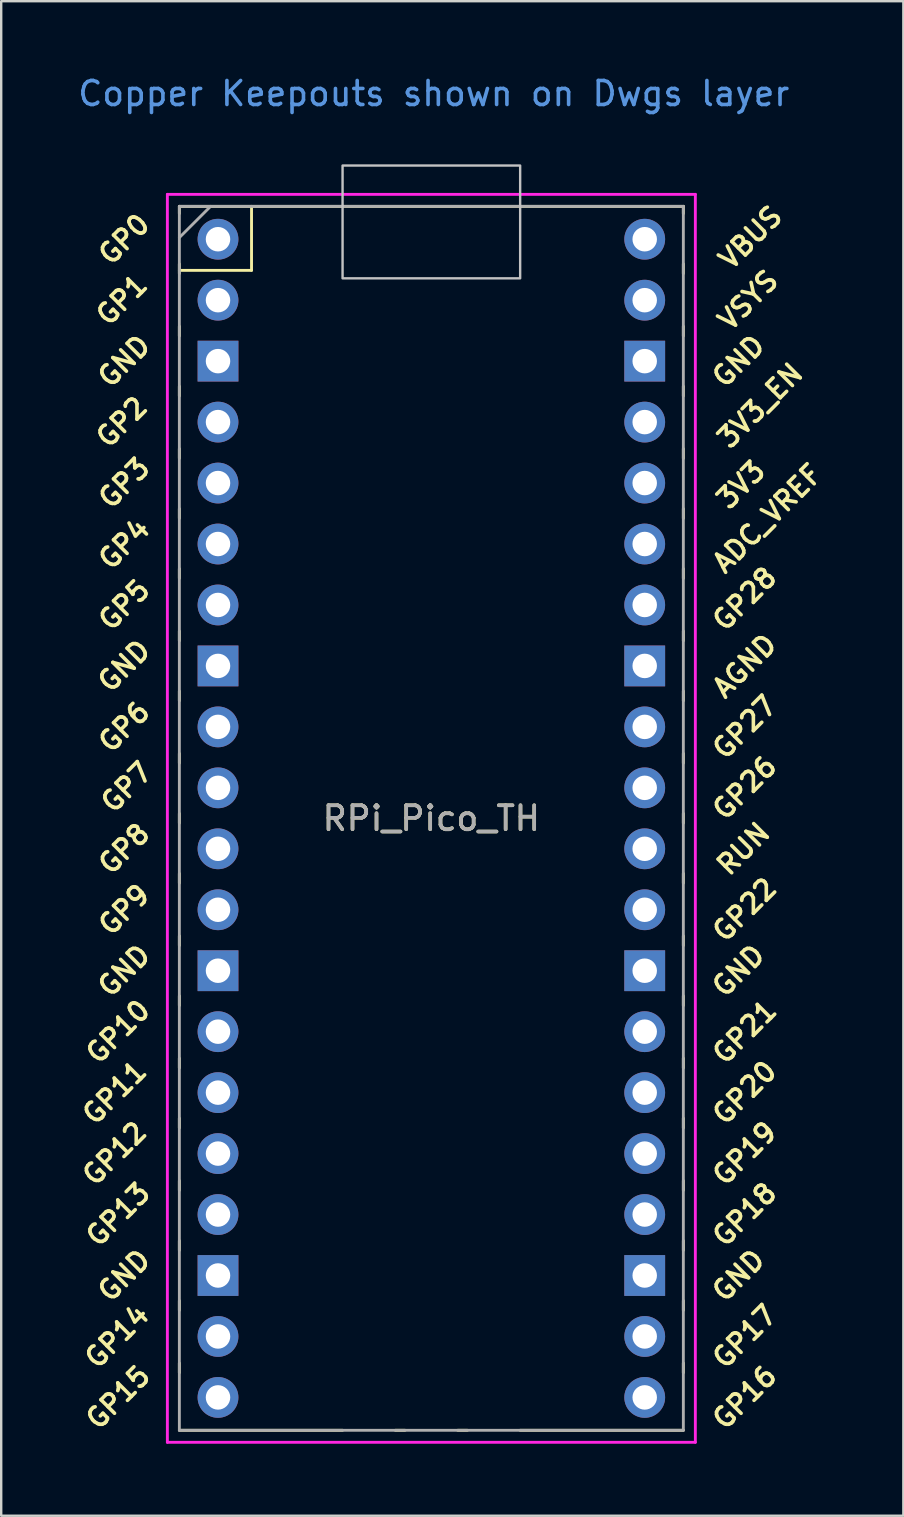
<source format=kicad_pcb>
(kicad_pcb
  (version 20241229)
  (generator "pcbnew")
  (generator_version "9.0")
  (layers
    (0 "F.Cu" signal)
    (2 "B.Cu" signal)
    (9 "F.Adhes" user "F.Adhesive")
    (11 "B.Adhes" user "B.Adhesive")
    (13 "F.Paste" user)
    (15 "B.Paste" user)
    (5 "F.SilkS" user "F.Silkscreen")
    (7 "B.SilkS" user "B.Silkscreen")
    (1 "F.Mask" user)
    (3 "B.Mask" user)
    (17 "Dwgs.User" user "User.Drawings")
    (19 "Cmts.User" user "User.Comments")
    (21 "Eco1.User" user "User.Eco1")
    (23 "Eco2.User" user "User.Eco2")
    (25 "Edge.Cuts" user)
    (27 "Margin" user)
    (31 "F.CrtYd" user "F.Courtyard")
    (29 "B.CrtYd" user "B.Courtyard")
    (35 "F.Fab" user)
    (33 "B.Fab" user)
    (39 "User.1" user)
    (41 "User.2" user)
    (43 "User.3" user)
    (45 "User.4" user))
  (footprint "RPi_Pico_TH"
    (layer "F.Cu")
    (at 14.924 31.048)
    (property "Reference" "RPi_Pico_TH" (at 0 0 0) (layer "F.SilkS") (effects (font (size 1 1) (thickness 0.15))))
    (attr through_hole)
    (fp_line (start -10.5 -25.5) (end -10.5 -25.2) (stroke (width 0.12) (type solid)) (layer "F.SilkS"))
    (fp_line (start -10.5 -25.5) (end 10.5 -25.5) (stroke (width 0.12) (type solid)) (layer "F.SilkS"))
    (fp_line (start -10.5 -23.1) (end -10.5 -22.7) (stroke (width 0.12) (type solid)) (layer "F.SilkS"))
    (fp_line (start -10.5 -22.833) (end -7.493 -22.833) (stroke (width 0.12) (type solid)) (layer "F.SilkS"))
    (fp_line (start -10.5 -20.5) (end -10.5 -20.1) (stroke (width 0.12) (type solid)) (layer "F.SilkS"))
    (fp_line (start -10.5 -18) (end -10.5 -17.6) (stroke (width 0.12) (type solid)) (layer "F.SilkS"))
    (fp_line (start -10.5 -15.4) (end -10.5 -15) (stroke (width 0.12) (type solid)) (layer "F.SilkS"))
    (fp_line (start -10.5 -12.9) (end -10.5 -12.5) (stroke (width 0.12) (type solid)) (layer "F.SilkS"))
    (fp_line (start -10.5 -10.4) (end -10.5 -10) (stroke (width 0.12) (type solid)) (layer "F.SilkS"))
    (fp_line (start -10.5 -7.8) (end -10.5 -7.4) (stroke (width 0.12) (type solid)) (layer "F.SilkS"))
    (fp_line (start -10.5 -5.3) (end -10.5 -4.9) (stroke (width 0.12) (type solid)) (layer "F.SilkS"))
    (fp_line (start -10.5 -2.7) (end -10.5 -2.3) (stroke (width 0.12) (type solid)) (layer "F.SilkS"))
    (fp_line (start -10.5 -0.2) (end -10.5 0.2) (stroke (width 0.12) (type solid)) (layer "F.SilkS"))
    (fp_line (start -10.5 2.3) (end -10.5 2.7) (stroke (width 0.12) (type solid)) (layer "F.SilkS"))
    (fp_line (start -10.5 4.9) (end -10.5 5.3) (stroke (width 0.12) (type solid)) (layer "F.SilkS"))
    (fp_line (start -10.5 7.4) (end -10.5 7.8) (stroke (width 0.12) (type solid)) (layer "F.SilkS"))
    (fp_line (start -10.5 10) (end -10.5 10.4) (stroke (width 0.12) (type solid)) (layer "F.SilkS"))
    (fp_line (start -10.5 12.5) (end -10.5 12.9) (stroke (width 0.12) (type solid)) (layer "F.SilkS"))
    (fp_line (start -10.5 15.1) (end -10.5 15.5) (stroke (width 0.12) (type solid)) (layer "F.SilkS"))
    (fp_line (start -10.5 17.6) (end -10.5 18) (stroke (width 0.12) (type solid)) (layer "F.SilkS"))
    (fp_line (start -10.5 20.1) (end -10.5 20.5) (stroke (width 0.12) (type solid)) (layer "F.SilkS"))
    (fp_line (start -10.5 22.7) (end -10.5 23.1) (stroke (width 0.12) (type solid)) (layer "F.SilkS"))
    (fp_line (start -7.493 -22.833) (end -7.493 -25.5) (stroke (width 0.12) (type solid)) (layer "F.SilkS"))
    (fp_line (start -3.7 25.5) (end -10.5 25.5) (stroke (width 0.12) (type solid)) (layer "F.SilkS"))
    (fp_line (start -1.5 25.5) (end -1.1 25.5) (stroke (width 0.12) (type solid)) (layer "F.SilkS"))
    (fp_line (start 1.1 25.5) (end 1.5 25.5) (stroke (width 0.12) (type solid)) (layer "F.SilkS"))
    (fp_line (start 10.5 -25.5) (end 10.5 -25.2) (stroke (width 0.12) (type solid)) (layer "F.SilkS"))
    (fp_line (start 10.5 -23.1) (end 10.5 -22.7) (stroke (width 0.12) (type solid)) (layer "F.SilkS"))
    (fp_line (start 10.5 -20.5) (end 10.5 -20.1) (stroke (width 0.12) (type solid)) (layer "F.SilkS"))
    (fp_line (start 10.5 -18) (end 10.5 -17.6) (stroke (width 0.12) (type solid)) (layer "F.SilkS"))
    (fp_line (start 10.5 -15.4) (end 10.5 -15) (stroke (width 0.12) (type solid)) (layer "F.SilkS"))
    (fp_line (start 10.5 -12.9) (end 10.5 -12.5) (stroke (width 0.12) (type solid)) (layer "F.SilkS"))
    (fp_line (start 10.5 -10.4) (end 10.5 -10) (stroke (width 0.12) (type solid)) (layer "F.SilkS"))
    (fp_line (start 10.5 -7.8) (end 10.5 -7.4) (stroke (width 0.12) (type solid)) (layer "F.SilkS"))
    (fp_line (start 10.5 -5.3) (end 10.5 -4.9) (stroke (width 0.12) (type solid)) (layer "F.SilkS"))
    (fp_line (start 10.5 -2.7) (end 10.5 -2.3) (stroke (width 0.12) (type solid)) (layer "F.SilkS"))
    (fp_line (start 10.5 -0.2) (end 10.5 0.2) (stroke (width 0.12) (type solid)) (layer "F.SilkS"))
    (fp_line (start 10.5 2.3) (end 10.5 2.7) (stroke (width 0.12) (type solid)) (layer "F.SilkS"))
    (fp_line (start 10.5 4.9) (end 10.5 5.3) (stroke (width 0.12) (type solid)) (layer "F.SilkS"))
    (fp_line (start 10.5 7.4) (end 10.5 7.8) (stroke (width 0.12) (type solid)) (layer "F.SilkS"))
    (fp_line (start 10.5 10) (end 10.5 10.4) (stroke (width 0.12) (type solid)) (layer "F.SilkS"))
    (fp_line (start 10.5 12.5) (end 10.5 12.9) (stroke (width 0.12) (type solid)) (layer "F.SilkS"))
    (fp_line (start 10.5 15.1) (end 10.5 15.5) (stroke (width 0.12) (type solid)) (layer "F.SilkS"))
    (fp_line (start 10.5 17.6) (end 10.5 18) (stroke (width 0.12) (type solid)) (layer "F.SilkS"))
    (fp_line (start 10.5 20.1) (end 10.5 20.5) (stroke (width 0.12) (type solid)) (layer "F.SilkS"))
    (fp_line (start 10.5 22.7) (end 10.5 23.1) (stroke (width 0.12) (type solid)) (layer "F.SilkS"))
    (fp_line (start 10.5 25.5) (end 3.7 25.5) (stroke (width 0.12) (type solid)) (layer "F.SilkS"))
    (fp_poly (pts (xy 3.7 -22.5) (xy -3.7 -22.5) (xy -3.7 -27.2) (xy 3.7 -27.2)) (stroke (width 0.1) (type solid)) (fill no) (layer "Dwgs.User"))
    (fp_line (start -11 -26) (end 11 -26) (stroke (width 0.12) (type solid)) (layer "F.CrtYd"))
    (fp_line (start -11 26) (end -11 -26) (stroke (width 0.12) (type solid)) (layer "F.CrtYd"))
    (fp_line (start 11 -26) (end 11 26) (stroke (width 0.12) (type solid)) (layer "F.CrtYd"))
    (fp_line (start 11 26) (end -11 26) (stroke (width 0.12) (type solid)) (layer "F.CrtYd"))
    (fp_line (start -10.5 -25.5) (end 10.5 -25.5) (stroke (width 0.12) (type solid)) (layer "F.Fab"))
    (fp_line (start -10.5 -24.2) (end -9.2 -25.5) (stroke (width 0.12) (type solid)) (layer "F.Fab"))
    (fp_line (start -10.5 25.5) (end -10.5 -25.5) (stroke (width 0.12) (type solid)) (layer "F.Fab"))
    (fp_line (start 10.5 -25.5) (end 10.5 25.5) (stroke (width 0.12) (type solid)) (layer "F.Fab"))
    (fp_line (start 10.5 25.5) (end -10.5 25.5) (stroke (width 0.12) (type solid)) (layer "F.Fab"))
    (fp_text user "GP19" (at 13.054 13.97 45) (layer "F.SilkS") (effects (font (size 0.8 0.8) (thickness 0.15))))
    (fp_text user "3V3_EN" (at 13.7 -17.2 45) (layer "F.SilkS") (effects (font (size 0.8 0.8) (thickness 0.15))))
    (fp_text user "GP20" (at 13.054 11.43 45) (layer "F.SilkS") (effects (font (size 0.8 0.8) (thickness 0.15))))
    (fp_text user "GP12" (at -13.2 13.97 45) (layer "F.SilkS") (effects (font (size 0.8 0.8) (thickness 0.15))))
    (fp_text user "GP10" (at -13.054 8.89 45) (layer "F.SilkS") (effects (font (size 0.8 0.8) (thickness 0.15))))
    (fp_text user "ADC_VREF" (at 14 -12.5 45) (layer "F.SilkS") (effects (font (size 0.8 0.8) (thickness 0.15))))
    (fp_text user "GP22" (at 13.054 3.81 45) (layer "F.SilkS") (effects (font (size 0.8 0.8) (thickness 0.15))))
    (fp_text user "GP21" (at 13.054 8.9 45) (layer "F.SilkS") (effects (font (size 0.8 0.8) (thickness 0.15))))
    (fp_text user "GP2" (at -12.9 -16.51 45) (layer "F.SilkS") (effects (font (size 0.8 0.8) (thickness 0.15))))
    (fp_text user "GP11" (at -13.2 11.43 45) (layer "F.SilkS") (effects (font (size 0.8 0.8) (thickness 0.15))))
    (fp_text user "GP17" (at 13.054 21.59 45) (layer "F.SilkS") (effects (font (size 0.8 0.8) (thickness 0.15))))
    (fp_text user "GP14" (at -13.1 21.59 45) (layer "F.SilkS") (effects (font (size 0.8 0.8) (thickness 0.15))))
    (fp_text user "GND" (at 12.8 6.35 45) (layer "F.SilkS") (effects (font (size 0.8 0.8) (thickness 0.15))))
    (fp_text user "GND" (at -12.8 6.35 45) (layer "F.SilkS") (effects (font (size 0.8 0.8) (thickness 0.15))))
    (fp_text user "GND" (at -12.8 -6.35 45) (layer "F.SilkS") (effects (font (size 0.8 0.8) (thickness 0.15))))
    (fp_text user "GP1" (at -12.9 -21.6 45) (layer "F.SilkS") (effects (font (size 0.8 0.8) (thickness 0.15))))
    (fp_text user "GP27" (at 13.054 -3.8 45) (layer "F.SilkS") (effects (font (size 0.8 0.8) (thickness 0.15))))
    (fp_text user "GP28" (at 13.054 -9.144 45) (layer "F.SilkS") (effects (font (size 0.8 0.8) (thickness 0.15))))
    (fp_text user "3V3" (at 12.9 -13.9 45) (layer "F.SilkS") (effects (font (size 0.8 0.8) (thickness 0.15))))
    (fp_text user "RUN" (at 13 1.27 45) (layer "F.SilkS") (effects (font (size 0.8 0.8) (thickness 0.15))))
    (fp_text user "GND" (at 12.8 19.05 45) (layer "F.SilkS") (effects (font (size 0.8 0.8) (thickness 0.15))))
    (fp_text user "GP9" (at -12.8 3.81 45) (layer "F.SilkS") (effects (font (size 0.8 0.8) (thickness 0.15))))
    (fp_text user "GP0" (at -12.8 -24.13 45) (layer "F.SilkS") (effects (font (size 0.8 0.8) (thickness 0.15))))
    (fp_text user "GP13" (at -13.054 16.51 45) (layer "F.SilkS") (effects (font (size 0.8 0.8) (thickness 0.15))))
    (fp_text user "GP18" (at 13.054 16.51 45) (layer "F.SilkS") (effects (font (size 0.8 0.8) (thickness 0.15))))
    (fp_text user "GP4" (at -12.8 -11.43 45) (layer "F.SilkS") (effects (font (size 0.8 0.8) (thickness 0.15))))
    (fp_text user "GP5" (at -12.8 -8.89 45) (layer "F.SilkS") (effects (font (size 0.8 0.8) (thickness 0.15))))
    (fp_text user "GP3" (at -12.8 -13.97 45) (layer "F.SilkS") (effects (font (size 0.8 0.8) (thickness 0.15))))
    (fp_text user "GP16" (at 13.054 24.13 45) (layer "F.SilkS") (effects (font (size 0.8 0.8) (thickness 0.15))))
    (fp_text user "GND" (at -12.8 -19.05 45) (layer "F.SilkS") (effects (font (size 0.8 0.8) (thickness 0.15))))
    (fp_text user "GND" (at -12.8 19.05 45) (layer "F.SilkS") (effects (font (size 0.8 0.8) (thickness 0.15))))
    (fp_text user "GP6" (at -12.8 -3.81 45) (layer "F.SilkS") (effects (font (size 0.8 0.8) (thickness 0.15))))
    (fp_text user "VSYS" (at 13.2 -21.59 45) (layer "F.SilkS") (effects (font (size 0.8 0.8) (thickness 0.15))))
    (fp_text user "GND" (at 12.8 -19.05 45) (layer "F.SilkS") (effects (font (size 0.8 0.8) (thickness 0.15))))
    (fp_text user "AGND" (at 13.054 -6.35 45) (layer "F.SilkS") (effects (font (size 0.8 0.8) (thickness 0.15))))
    (fp_text user "GP7" (at -12.7 -1.3 45) (layer "F.SilkS") (effects (font (size 0.8 0.8) (thickness 0.15))))
    (fp_text user "GP15" (at -13.054 24.13 45) (layer "F.SilkS") (effects (font (size 0.8 0.8) (thickness 0.15))))
    (fp_text user "VBUS" (at 13.3 -24.2 45) (layer "F.SilkS") (effects (font (size 0.8 0.8) (thickness 0.15))))
    (fp_text user "GP8" (at -12.8 1.27 45) (layer "F.SilkS") (effects (font (size 0.8 0.8) (thickness 0.15))))
    (fp_text user "GP26" (at 13.054 -1.27 45) (layer "F.SilkS") (effects (font (size 0.8 0.8) (thickness 0.15))))
    (fp_text user "Copper Keepouts shown on Dwgs layer" (at 0.1 -30.2 0) (layer "Cmts.User") (effects (font (size 1 1) (thickness 0.15))))
    (fp_text user "${REFERENCE}" (at 0 0 180) (layer "F.Fab") (effects (font (size 1 1) (thickness 0.15))))
    (pad "1" thru_hole oval (at -8.89 -24.13) (size 1.7 1.7) (drill 1.02) (layers "*.Cu" "*.Mask"))
    (pad "2" thru_hole oval (at -8.89 -21.59) (size 1.7 1.7) (drill 1.02) (layers "*.Cu" "*.Mask"))
    (pad "3" thru_hole rect (at -8.89 -19.05) (size 1.7 1.7) (drill 1.02) (layers "*.Cu" "*.Mask"))
    (pad "4" thru_hole oval (at -8.89 -16.51) (size 1.7 1.7) (drill 1.02) (layers "*.Cu" "*.Mask"))
    (pad "5" thru_hole oval (at -8.89 -13.97) (size 1.7 1.7) (drill 1.02) (layers "*.Cu" "*.Mask"))
    (pad "6" thru_hole oval (at -8.89 -11.43) (size 1.7 1.7) (drill 1.02) (layers "*.Cu" "*.Mask"))
    (pad "7" thru_hole oval (at -8.89 -8.89) (size 1.7 1.7) (drill 1.02) (layers "*.Cu" "*.Mask"))
    (pad "8" thru_hole rect (at -8.89 -6.35) (size 1.7 1.7) (drill 1.02) (layers "*.Cu" "*.Mask"))
    (pad "9" thru_hole oval (at -8.89 -3.81) (size 1.7 1.7) (drill 1.02) (layers "*.Cu" "*.Mask"))
    (pad "10" thru_hole oval (at -8.89 -1.27) (size 1.7 1.7) (drill 1.02) (layers "*.Cu" "*.Mask"))
    (pad "11" thru_hole oval (at -8.89 1.27) (size 1.7 1.7) (drill 1.02) (layers "*.Cu" "*.Mask"))
    (pad "12" thru_hole oval (at -8.89 3.81) (size 1.7 1.7) (drill 1.02) (layers "*.Cu" "*.Mask"))
    (pad "13" thru_hole rect (at -8.89 6.35) (size 1.7 1.7) (drill 1.02) (layers "*.Cu" "*.Mask"))
    (pad "14" thru_hole oval (at -8.89 8.89) (size 1.7 1.7) (drill 1.02) (layers "*.Cu" "*.Mask"))
    (pad "15" thru_hole oval (at -8.89 11.43) (size 1.7 1.7) (drill 1.02) (layers "*.Cu" "*.Mask"))
    (pad "16" thru_hole oval (at -8.89 13.97) (size 1.7 1.7) (drill 1.02) (layers "*.Cu" "*.Mask"))
    (pad "17" thru_hole oval (at -8.89 16.51) (size 1.7 1.7) (drill 1.02) (layers "*.Cu" "*.Mask"))
    (pad "18" thru_hole rect (at -8.89 19.05) (size 1.7 1.7) (drill 1.02) (layers "*.Cu" "*.Mask"))
    (pad "19" thru_hole oval (at -8.89 21.59) (size 1.7 1.7) (drill 1.02) (layers "*.Cu" "*.Mask"))
    (pad "20" thru_hole oval (at -8.89 24.13) (size 1.7 1.7) (drill 1.02) (layers "*.Cu" "*.Mask"))
    (pad "21" thru_hole oval (at 8.89 24.13) (size 1.7 1.7) (drill 1.02) (layers "*.Cu" "*.Mask"))
    (pad "22" thru_hole oval (at 8.89 21.59) (size 1.7 1.7) (drill 1.02) (layers "*.Cu" "*.Mask"))
    (pad "23" thru_hole rect (at 8.89 19.05) (size 1.7 1.7) (drill 1.02) (layers "*.Cu" "*.Mask"))
    (pad "24" thru_hole oval (at 8.89 16.51) (size 1.7 1.7) (drill 1.02) (layers "*.Cu" "*.Mask"))
    (pad "25" thru_hole oval (at 8.89 13.97) (size 1.7 1.7) (drill 1.02) (layers "*.Cu" "*.Mask"))
    (pad "26" thru_hole oval (at 8.89 11.43) (size 1.7 1.7) (drill 1.02) (layers "*.Cu" "*.Mask"))
    (pad "27" thru_hole oval (at 8.89 8.89) (size 1.7 1.7) (drill 1.02) (layers "*.Cu" "*.Mask"))
    (pad "28" thru_hole rect (at 8.89 6.35) (size 1.7 1.7) (drill 1.02) (layers "*.Cu" "*.Mask"))
    (pad "29" thru_hole oval (at 8.89 3.81) (size 1.7 1.7) (drill 1.02) (layers "*.Cu" "*.Mask"))
    (pad "30" thru_hole oval (at 8.89 1.27) (size 1.7 1.7) (drill 1.02) (layers "*.Cu" "*.Mask"))
    (pad "31" thru_hole oval (at 8.89 -1.27) (size 1.7 1.7) (drill 1.02) (layers "*.Cu" "*.Mask"))
    (pad "32" thru_hole oval (at 8.89 -3.81) (size 1.7 1.7) (drill 1.02) (layers "*.Cu" "*.Mask"))
    (pad "33" thru_hole rect (at 8.89 -6.35) (size 1.7 1.7) (drill 1.02) (layers "*.Cu" "*.Mask"))
    (pad "34" thru_hole oval (at 8.89 -8.89) (size 1.7 1.7) (drill 1.02) (layers "*.Cu" "*.Mask"))
    (pad "35" thru_hole oval (at 8.89 -11.43) (size 1.7 1.7) (drill 1.02) (layers "*.Cu" "*.Mask"))
    (pad "36" thru_hole oval (at 8.89 -13.97) (size 1.7 1.7) (drill 1.02) (layers "*.Cu" "*.Mask"))
    (pad "37" thru_hole oval (at 8.89 -16.51) (size 1.7 1.7) (drill 1.02) (layers "*.Cu" "*.Mask"))
    (pad "38" thru_hole rect (at 8.89 -19.05) (size 1.7 1.7) (drill 1.02) (layers "*.Cu" "*.Mask"))
    (pad "39" thru_hole oval (at 8.89 -21.59) (size 1.7 1.7) (drill 1.02) (layers "*.Cu" "*.Mask"))
    (pad "40" thru_hole oval (at 8.89 -24.13) (size 1.7 1.7) (drill 1.02) (layers "*.Cu" "*.Mask")))
  (gr_rect
    (start -3 -3)
    (end 34.591 60.108)
    (stroke (width 0.1) (type default))
    (fill no)
    (layer "Edge.Cuts")))
</source>
